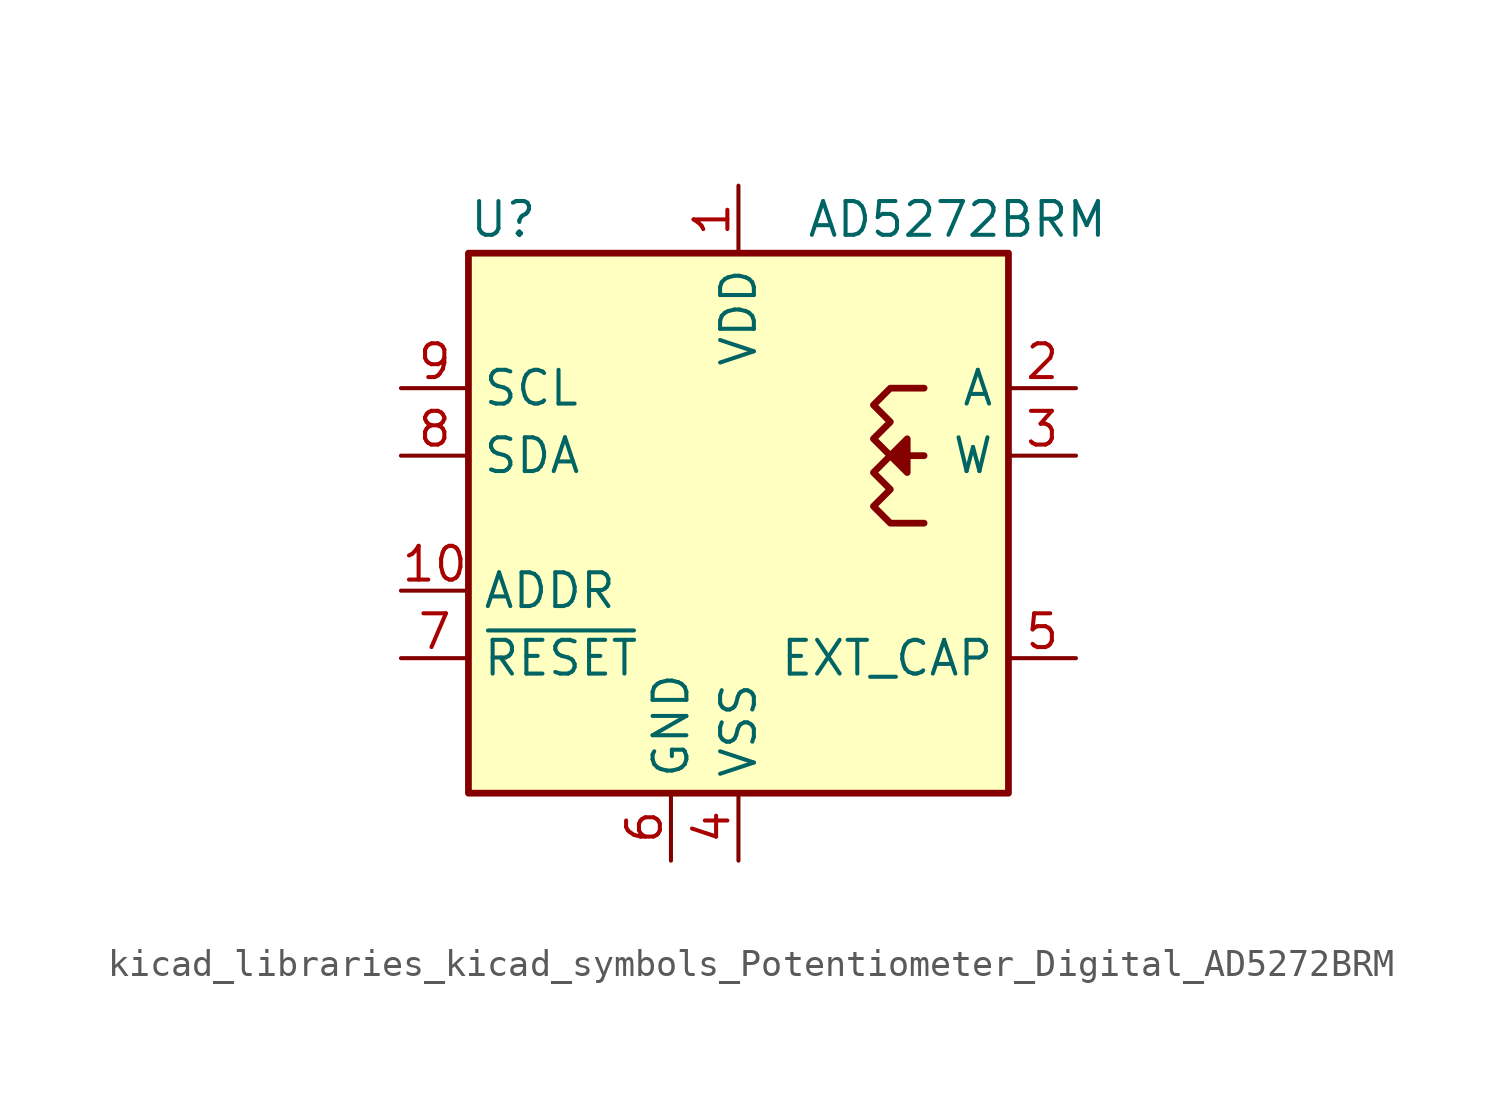
<source format=kicad_sym>
(kicad_symbol_lib
  (version 20220914)
  (generator kicad_symbol_editor)
  (symbol "kicad_libraries_kicad_symbols_Potentiometer_Digital_AD5272BRM"
    (property "Reference" "U"
      (at -10.16 11.43 0)
      (effects (font (size 1.27 1.27)) (justify left)))
    (property "Value" "AD5272BRM"
      (at 2.54 11.43 0)
      (effects (font (size 1.27 1.27)) (justify left)))
    (symbol "kicad_libraries_kicad_symbols_Potentiometer_Digital_AD5272BRM_0_1"
      (rectangle (start -10.16 10.16) (end 10.16 -10.16) (stroke (width 0.254) (type default)) (fill (type background)))
      (polyline (pts (xy 6.985 2.54) (xy 6.35 2.54) (xy 5.715 2.54) (xy 6.35 3.175) (xy 6.35 1.905) (xy 5.715 2.54)) (stroke (width 0.254) (type default)) (fill (type outline)))
      (polyline (pts (xy 6.985 5.08) (xy 5.715 5.08) (xy 5.08 4.445) (xy 5.715 3.81) (xy 5.08 3.175) (xy 5.715 2.54) (xy 5.08 1.905) (xy 5.715 1.27) (xy 5.08 0.635) (xy 5.715 0) (xy 6.985 0)) (stroke (width 0.254) (type default)) (fill (type none))))
    (symbol "kicad_libraries_kicad_symbols_Potentiometer_Digital_AD5272BRM_1_1"
      (pin power_in line (at 0 12.7 270) (length 2.54) (name "VDD" (effects (font (size 1.27 1.27)))) (number "1" (effects (font (size 1.27 1.27)))))
      (pin passive line (at -12.7 -2.54 0) (length 2.54) (name "ADDR" (effects (font (size 1.27 1.27)))) (number "10" (effects (font (size 1.27 1.27)))))
      (pin passive line (at 12.7 5.08 180) (length 2.54) (name "A" (effects (font (size 1.27 1.27)))) (number "2" (effects (font (size 1.27 1.27)))))
      (pin passive line (at 12.7 2.54 180) (length 2.54) (name "W" (effects (font (size 1.27 1.27)))) (number "3" (effects (font (size 1.27 1.27)))))
      (pin power_in line (at 0 -12.7 90) (length 2.54) (name "VSS" (effects (font (size 1.27 1.27)))) (number "4" (effects (font (size 1.27 1.27)))))
      (pin passive line (at 12.7 -5.08 180) (length 2.54) (name "EXT_CAP" (effects (font (size 1.27 1.27)))) (number "5" (effects (font (size 1.27 1.27)))))
      (pin power_in line (at -2.54 -12.7 90) (length 2.54) (name "GND" (effects (font (size 1.27 1.27)))) (number "6" (effects (font (size 1.27 1.27)))))
      (pin input line (at -12.7 -5.08 0) (length 2.54) (name "~{RESET}" (effects (font (size 1.27 1.27)))) (number "7" (effects (font (size 1.27 1.27)))))
      (pin bidirectional line (at -12.7 2.54 0) (length 2.54) (name "SDA" (effects (font (size 1.27 1.27)))) (number "8" (effects (font (size 1.27 1.27)))))
      (pin input line (at -12.7 5.08 0) (length 2.54) (name "SCL" (effects (font (size 1.27 1.27)))) (number "9" (effects (font (size 1.27 1.27))))))))
</source>
